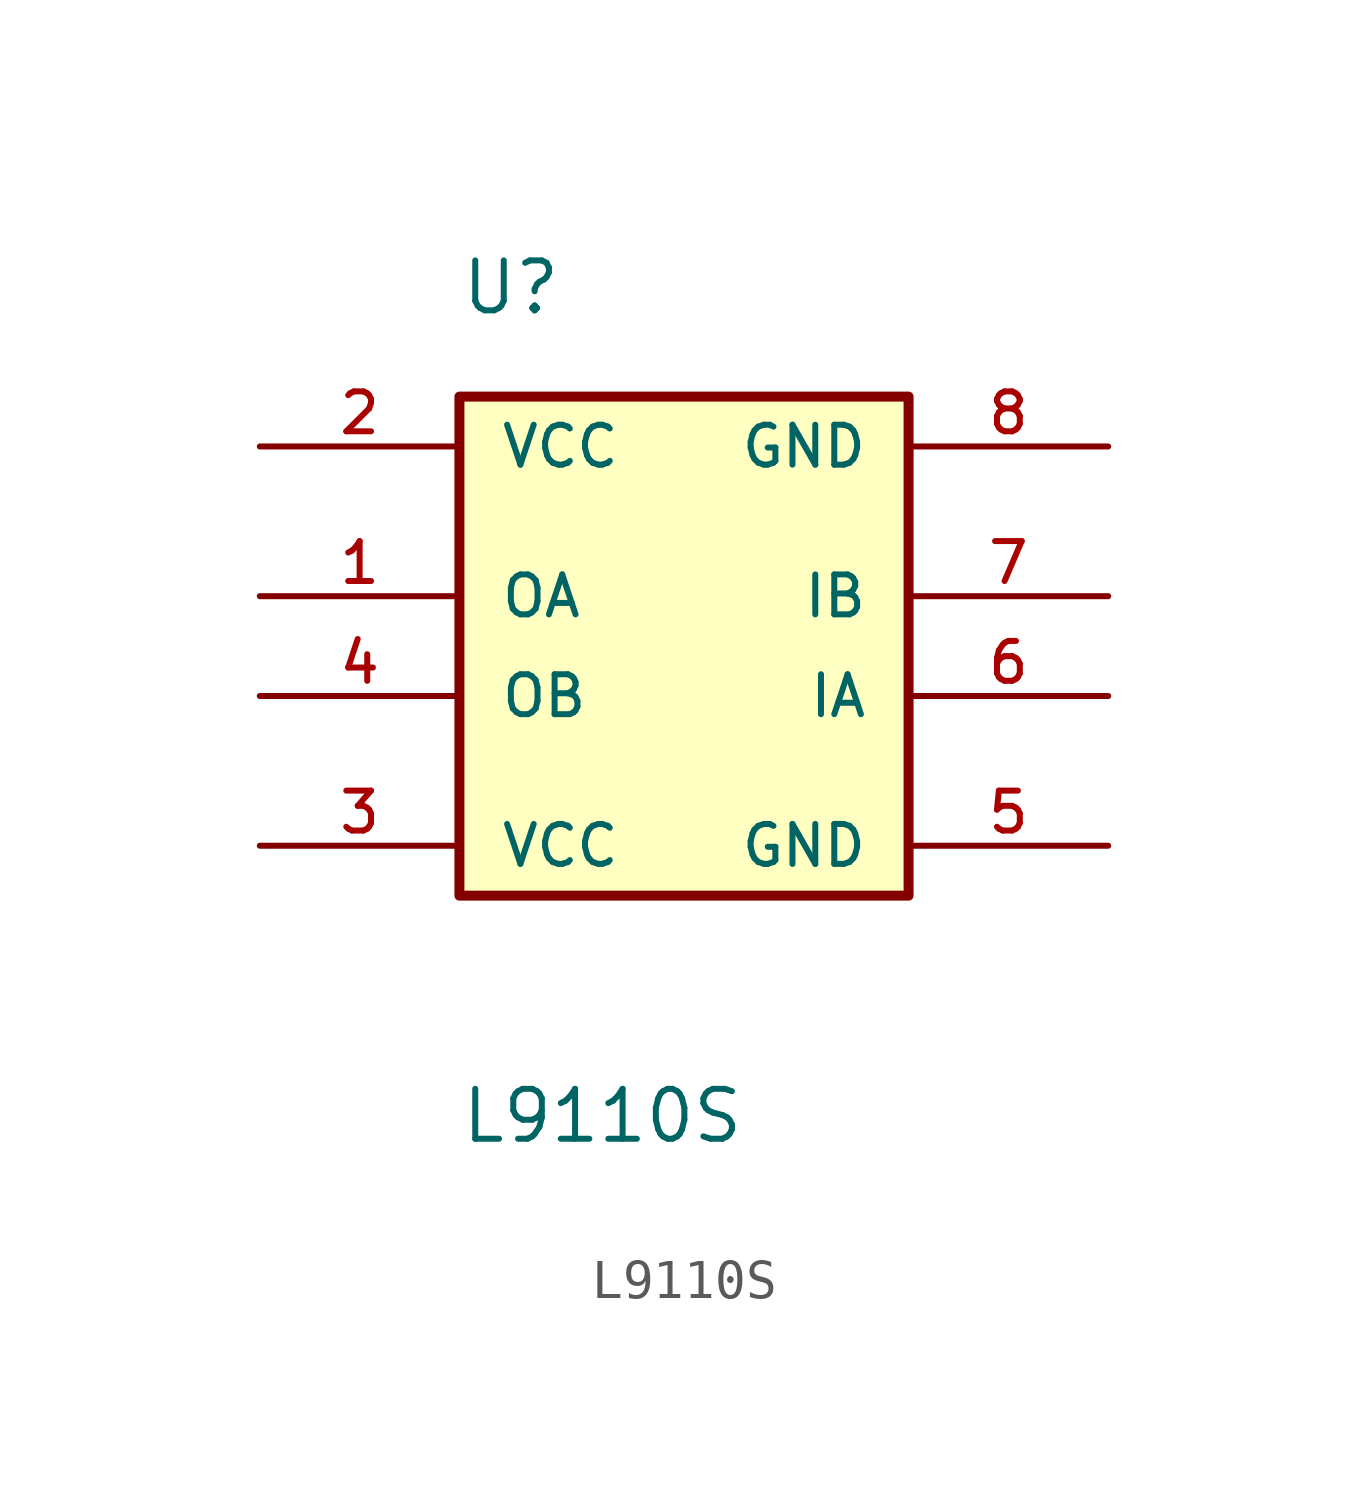
<source format=kicad_sym>
(kicad_symbol_lib
  (version 20220914)
  (generator kicad_symbol_editor)
  (symbol "L9110S"
    (pin_names
      (offset 1.016))
    (property "Reference" "U"
      (at -7.62 10.922 0)
      (effects (font (size 1.27 1.27)) (justify left bottom)))
    (property "Value" "L9110S"
      (at -7.62 -10.16 0)
      (effects (font (size 1.27 1.27)) (justify left bottom)))
    (symbol "L9110S_0_0"
      (rectangle (start -7.62 8.89) (end 3.81 -3.81) (stroke (width 0.254) (type default)) (fill (type background)))
      (pin output line (at -12.7 3.81 0) (length 5.08) (name "OA" (effects (font (size 1.016 1.016)))) (number "1" (effects (font (size 1.016 1.016)))))
      (pin power_in line (at -12.7 -2.54 0) (length 5.08) (name "VCC" (effects (font (size 1.016 1.016)))) (number "3" (effects (font (size 1.016 1.016)))))
      (pin output line (at -12.7 1.27 0) (length 5.08) (name "OB" (effects (font (size 1.016 1.016)))) (number "4" (effects (font (size 1.016 1.016)))))
      (pin input line (at 8.89 1.27 180) (length 5.08) (name "IA" (effects (font (size 1.016 1.016)))) (number "6" (effects (font (size 1.016 1.016)))))
      (pin input line (at 8.89 3.81 180) (length 5.08) (name "IB" (effects (font (size 1.016 1.016)))) (number "7" (effects (font (size 1.016 1.016))))))
    (symbol "L9110S_1_0"
      (pin power_in line (at -12.7 7.62 0) (length 5.08) (name "VCC" (effects (font (size 1.016 1.016)))) (number "2" (effects (font (size 1.016 1.016)))))
      (pin power_in line (at 8.89 -2.54 180) (length 5.08) (name "GND" (effects (font (size 1.016 1.016)))) (number "5" (effects (font (size 1.016 1.016)))))
      (pin power_in line (at 8.89 7.62 180) (length 5.08) (name "GND" (effects (font (size 1.016 1.016)))) (number "8" (effects (font (size 1.016 1.016))))))))
</source>
